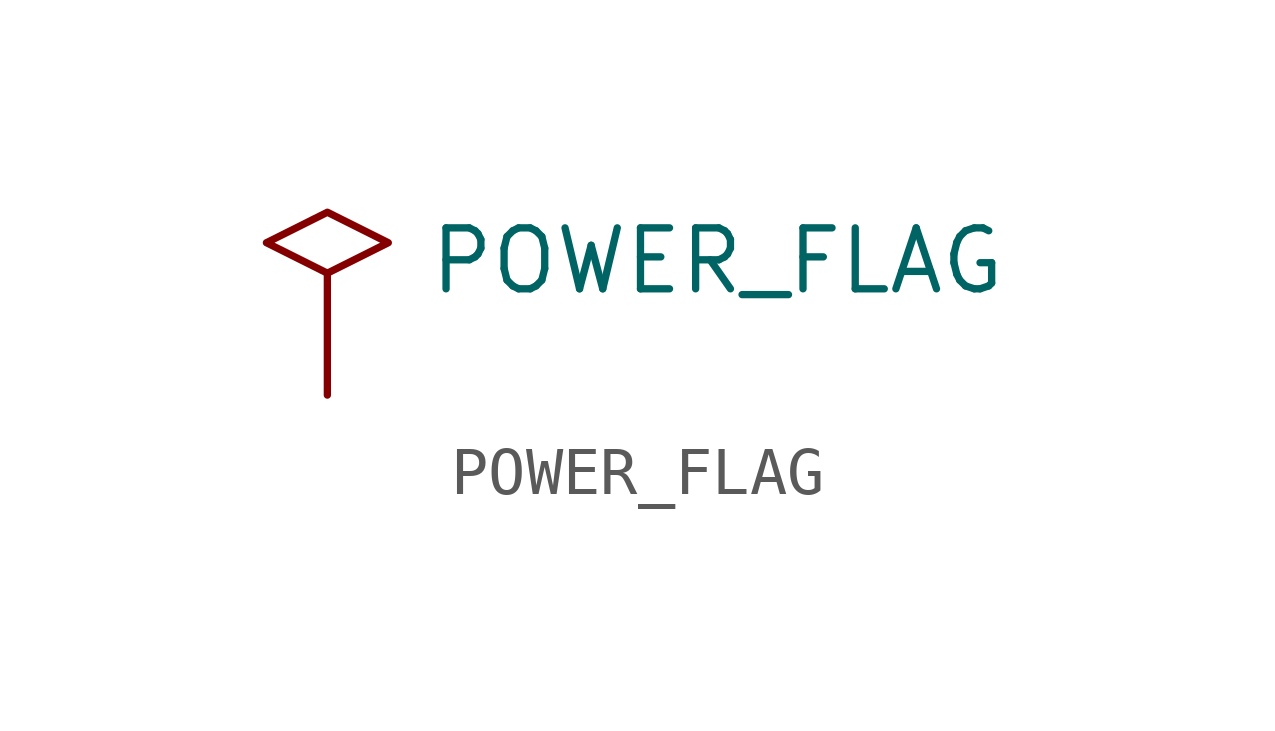
<source format=kicad_sym>
(kicad_symbol_lib
  (version 20241209)
  (generator "kicad_symbol_editor")
  (generator_version "9.0")
  (symbol "POWER_FLAG"
    (power)
    (pin_numbers
      (hide yes))
    (pin_names
      (offset 0)
      (hide yes))
    (property "Reference" "#PWR"
      (at 8.128 -2.032 0)
      (effects (font (size 1.27 1.27)) (hide yes)))
    (property "Value" "POWER_FLAG"
      (at 8.128 0.254 0)
      (effects (font (size 1.27 1.27))))
    (symbol "POWER_FLAG_0_1"
      (polyline (pts (xy 0 0) (xy 1.27 0.635) (xy 0 1.27) (xy -1.27 0.635) (xy 0 0)) (stroke (width 0) (type default)) (fill (type none))))
    (symbol "POWER_FLAG_1_1"
      (pin power_out line (at 0 -2.54 90) (length 2.54) (name "" (effects (font (size 1.27 1.27)))) (number "1" (effects (font (size 1.27 1.27))))))))
</source>
